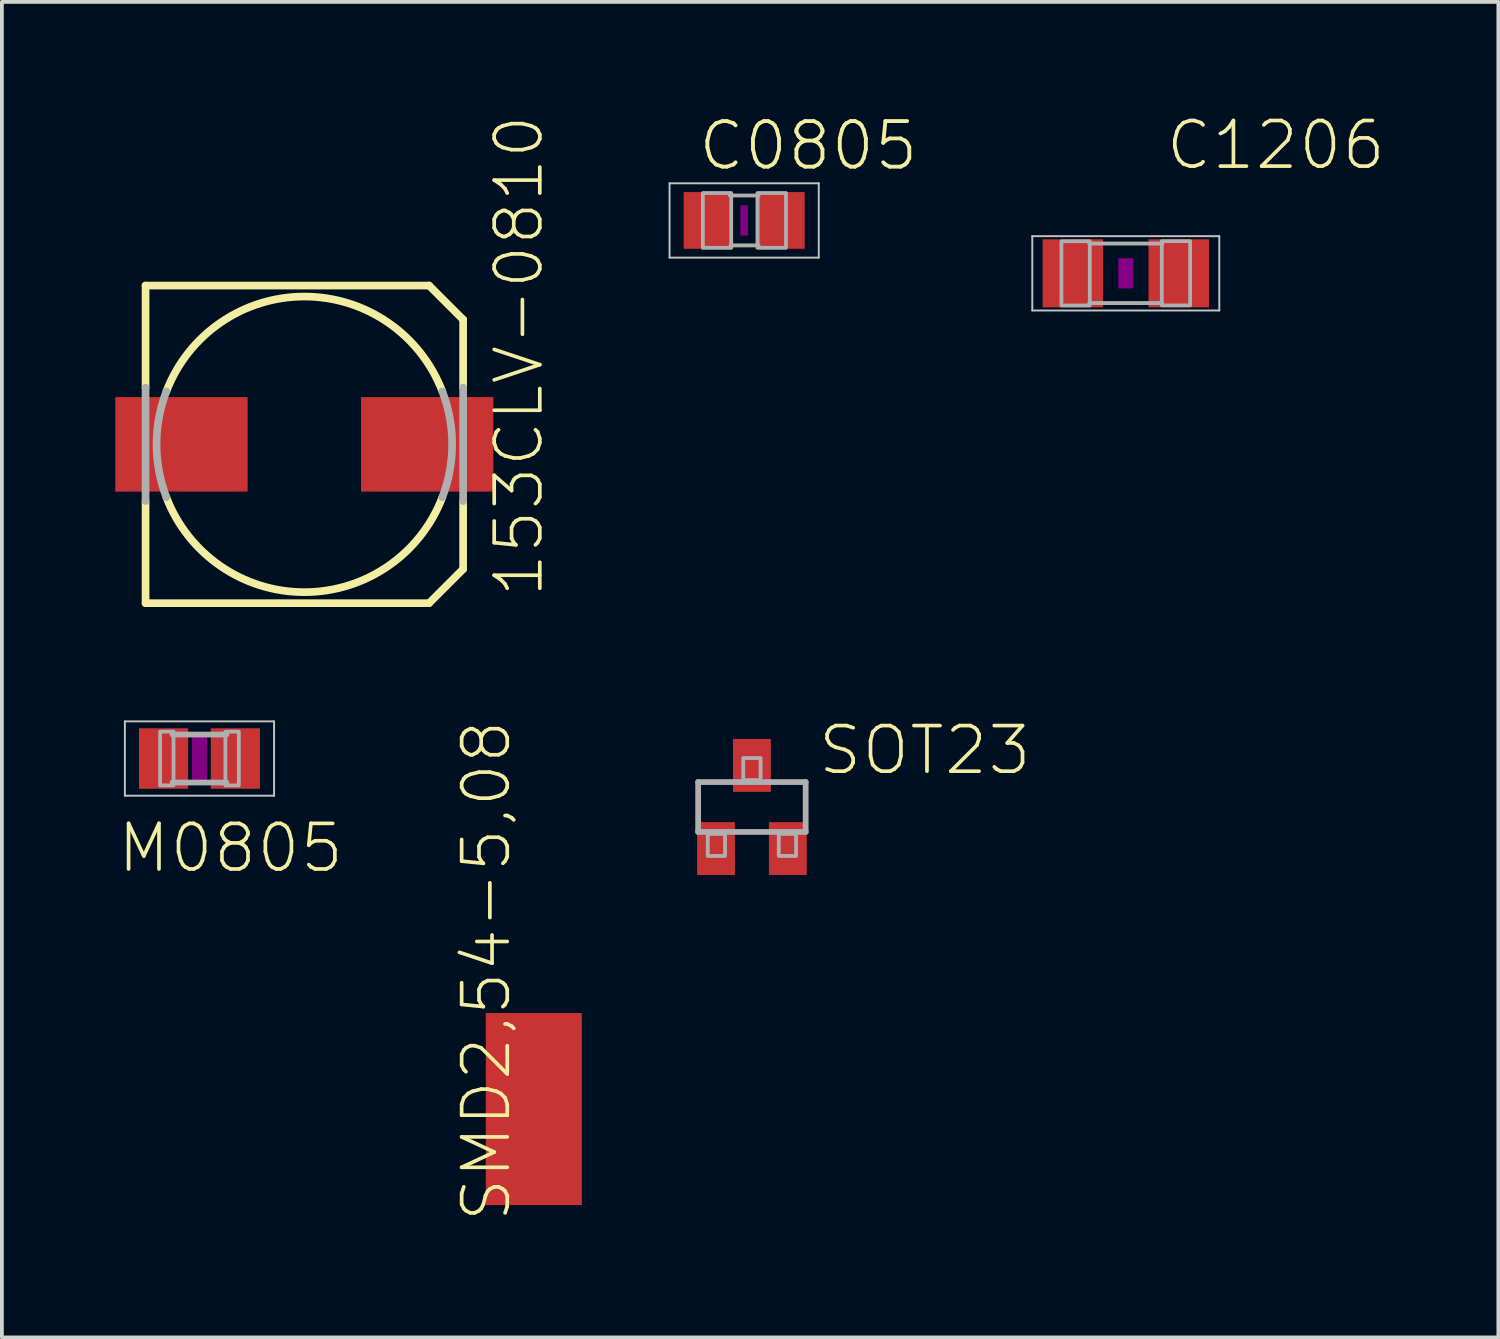
<source format=kicad_pcb>
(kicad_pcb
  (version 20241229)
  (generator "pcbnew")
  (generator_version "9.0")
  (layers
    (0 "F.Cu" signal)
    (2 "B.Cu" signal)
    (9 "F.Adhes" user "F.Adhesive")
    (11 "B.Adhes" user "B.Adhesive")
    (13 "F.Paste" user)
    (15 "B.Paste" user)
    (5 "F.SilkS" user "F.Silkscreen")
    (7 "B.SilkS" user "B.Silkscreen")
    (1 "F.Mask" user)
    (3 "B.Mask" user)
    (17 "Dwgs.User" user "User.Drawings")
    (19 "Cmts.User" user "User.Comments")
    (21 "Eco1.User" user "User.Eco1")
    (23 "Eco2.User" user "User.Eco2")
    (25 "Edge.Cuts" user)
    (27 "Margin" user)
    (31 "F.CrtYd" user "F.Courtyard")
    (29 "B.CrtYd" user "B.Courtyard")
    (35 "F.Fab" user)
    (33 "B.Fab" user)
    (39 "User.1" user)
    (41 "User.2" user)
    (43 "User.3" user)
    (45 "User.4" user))
  (footprint "C0805"
    (layer "F.Cu")
    (at 16.633 2.781)
    (property "Reference" "C0805" (at -1.27 -1.27 0) (layer "F.SilkS") (effects (font (size 1.206 1.206) (thickness 0.102)) (justify left bottom)))
    (attr through_hole)
    (fp_poly (pts (xy -0.1 0.4) (xy 0.1 0.4) (xy 0.1 -0.4) (xy -0.1 -0.4)) (stroke (width 0) (type solid)) (fill yes) (layer "F.Adhes"))
    (fp_line (start -1.973 -0.983) (end 1.973 -0.983) (stroke (width 0.051) (type solid)) (layer "Dwgs.User"))
    (fp_line (start -1.973 0.983) (end -1.973 -0.983) (stroke (width 0.051) (type solid)) (layer "Dwgs.User"))
    (fp_line (start 1.973 -0.983) (end 1.973 0.983) (stroke (width 0.051) (type solid)) (layer "Dwgs.User"))
    (fp_line (start 1.973 0.983) (end -1.973 0.983) (stroke (width 0.051) (type solid)) (layer "Dwgs.User"))
    (fp_line (start -0.381 -0.66) (end 0.381 -0.66) (stroke (width 0.102) (type solid)) (layer "F.Fab"))
    (fp_line (start -0.356 0.66) (end 0.381 0.66) (stroke (width 0.102) (type solid)) (layer "F.Fab"))
    (fp_poly (pts (xy -1.092 0.724) (xy -0.342 0.724) (xy -0.342 -0.726) (xy -1.092 -0.726)) (stroke (width 0.1) (type solid)) (fill no) (layer "F.Fab"))
    (fp_poly (pts (xy 0.356 0.724) (xy 1.106 0.724) (xy 1.106 -0.726) (xy 0.356 -0.726)) (stroke (width 0.1) (type solid)) (fill no) (layer "F.Fab"))
    (pad "1" smd rect (at -0.95 0) (size 1.3 1.5) (layers "F.Cu" "F.Mask" "F.Paste"))
    (pad "2" smd rect (at 0.95 0) (size 1.3 1.5) (layers "F.Cu" "F.Mask" "F.Paste")))
  (footprint "M0805"
    (layer "F.Cu")
    (at 2.226 17.013)
    (property "Reference" "M0805" (at -2.226 3.074 0) (layer "F.SilkS") (effects (font (size 1.206 1.206) (thickness 0.097)) (justify left bottom)))
    (attr through_hole)
    (fp_poly (pts (xy -0.2 0.6) (xy 0.2 0.6) (xy 0.2 -0.6) (xy -0.2 -0.6)) (stroke (width 0) (type solid)) (fill yes) (layer "F.Adhes"))
    (fp_line (start -1.973 -0.983) (end 1.973 -0.983) (stroke (width 0.051) (type solid)) (layer "Dwgs.User"))
    (fp_line (start -1.973 0.983) (end -1.973 -0.983) (stroke (width 0.051) (type solid)) (layer "Dwgs.User"))
    (fp_line (start 1.973 -0.983) (end 1.973 0.983) (stroke (width 0.051) (type solid)) (layer "Dwgs.User"))
    (fp_line (start 1.973 0.983) (end -1.973 0.983) (stroke (width 0.051) (type solid)) (layer "Dwgs.User"))
    (fp_line (start 0.711 -0.635) (end -0.711 -0.635) (stroke (width 0.152) (type solid)) (layer "F.Fab"))
    (fp_line (start 0.711 0.635) (end -0.711 0.635) (stroke (width 0.152) (type solid)) (layer "F.Fab"))
    (fp_poly (pts (xy -1.041 0.711) (xy -0.686 0.711) (xy -0.686 -0.711) (xy -1.041 -0.711)) (stroke (width 0.1) (type solid)) (fill no) (layer "F.Fab"))
    (fp_poly (pts (xy 0.686 0.711) (xy 1.041 0.711) (xy 1.041 -0.711) (xy 0.686 -0.711)) (stroke (width 0.1) (type solid)) (fill no) (layer "F.Fab"))
    (pad "1" smd rect (at -0.95 0) (size 1.3 1.6) (layers "F.Cu" "F.Mask" "F.Paste"))
    (pad "2" smd rect (at 0.95 0) (size 1.3 1.6) (layers "F.Cu" "F.Mask" "F.Paste")))
  (footprint "153CLV-0810"
    (layer "F.Cu")
    (at 5 8.703)
    (property "Reference" "153CLV-0810" (at 6.38 4.1 90) (layer "F.SilkS") (effects (font (size 1.206 1.206) (thickness 0.097)) (justify left bottom)))
    (attr through_hole)
    (fp_line (start -4.2 -4.2) (end 3.3 -4.2) (stroke (width 0.203) (type solid)) (layer "F.SilkS"))
    (fp_line (start -4.2 -1.5) (end -4.2 -4.2) (stroke (width 0.203) (type solid)) (layer "F.SilkS"))
    (fp_line (start -4.2 4.2) (end -4.2 1.5) (stroke (width 0.203) (type solid)) (layer "F.SilkS"))
    (fp_line (start 3.3 -4.2) (end 4.2 -3.3) (stroke (width 0.203) (type solid)) (layer "F.SilkS"))
    (fp_line (start 3.3 4.2) (end -4.2 4.2) (stroke (width 0.203) (type solid)) (layer "F.SilkS"))
    (fp_line (start 4.2 -3.3) (end 4.2 -1.5) (stroke (width 0.203) (type solid)) (layer "F.SilkS"))
    (fp_line (start 4.2 1.5) (end 4.2 3.3) (stroke (width 0.203) (type solid)) (layer "F.SilkS"))
    (fp_line (start 4.2 3.3) (end 3.3 4.2) (stroke (width 0.203) (type solid)) (layer "F.SilkS"))
    (fp_arc (start -3.65 -1.4) (mid 0 -3.909284) (end 3.65 -1.4) (stroke (width 0.2032) (type solid)) (layer "F.SilkS"))
    (fp_arc (start 3.65 1.4) (mid 0 3.909284) (end -3.65 1.4) (stroke (width 0.2032) (type solid)) (layer "F.SilkS"))
    (fp_line (start -4.2 1.5) (end -4.2 -1.5) (stroke (width 0.203) (type solid)) (layer "F.Fab"))
    (fp_line (start 4.2 -1.5) (end 4.2 1.5) (stroke (width 0.203) (type solid)) (layer "F.Fab"))
    (fp_arc (start -3.65 1.4) (mid -3.909284 0) (end -3.65 -1.4) (stroke (width 0.2032) (type solid)) (layer "F.Fab"))
    (fp_arc (start 3.65 -1.4) (mid 3.909284 0) (end 3.65 1.4) (stroke (width 0.2032) (type solid)) (layer "F.Fab"))
    (pad "+" smd rect (at 3.25 0) (size 3.5 2.5) (layers "F.Cu" "F.Mask" "F.Paste"))
    (pad "-" smd rect (at -3.25 0) (size 3.5 2.5) (layers "F.Cu" "F.Mask" "F.Paste")))
  (footprint "SOT23"
    (layer "F.Cu")
    (at 16.838 18.295)
    (property "Reference" "SOT23" (at 1.695 -0.795 0) (layer "F.SilkS") (effects (font (size 1.206 1.206) (thickness 0.097)) (justify left bottom)))
    (attr through_hole)
    (fp_line (start -1.422 -0.66) (end 1.422 -0.66) (stroke (width 0.152) (type solid)) (layer "F.Fab"))
    (fp_line (start -1.422 0.66) (end -1.422 -0.66) (stroke (width 0.152) (type solid)) (layer "F.Fab"))
    (fp_line (start 1.422 -0.66) (end 1.422 0.66) (stroke (width 0.152) (type solid)) (layer "F.Fab"))
    (fp_line (start 1.422 0.66) (end -1.422 0.66) (stroke (width 0.152) (type solid)) (layer "F.Fab"))
    (fp_poly (pts (xy -1.168 1.295) (xy -0.711 1.295) (xy -0.711 0.711) (xy -1.168 0.711)) (stroke (width 0.1) (type solid)) (fill no) (layer "F.Fab"))
    (fp_poly (pts (xy -0.229 -0.711) (xy 0.229 -0.711) (xy 0.229 -1.295) (xy -0.229 -1.295)) (stroke (width 0.1) (type solid)) (fill no) (layer "F.Fab"))
    (fp_poly (pts (xy 0.711 1.295) (xy 1.168 1.295) (xy 1.168 0.711) (xy 0.711 0.711)) (stroke (width 0.1) (type solid)) (fill no) (layer "F.Fab"))
    (pad "1" smd rect (at -0.95 1.1) (size 1 1.4) (layers "F.Cu" "F.Mask" "F.Paste"))
    (pad "2" smd rect (at 0.95 1.1) (size 1 1.4) (layers "F.Cu" "F.Mask" "F.Paste"))
    (pad "3" smd rect (at 0 -1.1) (size 1 1.4) (layers "F.Cu" "F.Mask" "F.Paste")))
  (footprint "C1206"
    (layer "F.Cu")
    (at 26.727 4.179)
    (property "Reference" "C1206" (at 1.003 -2.683 180) (layer "F.SilkS") (effects (font (size 1.206 1.206) (thickness 0.097)) (justify left bottom)))
    (attr through_hole)
    (fp_poly (pts (xy -0.2 0.4) (xy 0.2 0.4) (xy 0.2 -0.4) (xy -0.2 -0.4)) (stroke (width 0) (type solid)) (fill yes) (layer "F.Adhes"))
    (fp_line (start -2.473 -0.983) (end 2.473 -0.983) (stroke (width 0.051) (type solid)) (layer "Dwgs.User"))
    (fp_line (start -2.473 0.983) (end -2.473 -0.983) (stroke (width 0.051) (type solid)) (layer "Dwgs.User"))
    (fp_line (start 2.473 -0.983) (end 2.473 0.983) (stroke (width 0.051) (type solid)) (layer "Dwgs.User"))
    (fp_line (start 2.473 0.983) (end -2.473 0.983) (stroke (width 0.051) (type solid)) (layer "Dwgs.User"))
    (fp_line (start -0.965 -0.787) (end 0.965 -0.787) (stroke (width 0.102) (type solid)) (layer "F.Fab"))
    (fp_line (start -0.965 0.787) (end 0.965 0.787) (stroke (width 0.102) (type solid)) (layer "F.Fab"))
    (fp_poly (pts (xy -1.702 0.851) (xy -0.952 0.851) (xy -0.952 -0.849) (xy -1.702 -0.849)) (stroke (width 0.1) (type solid)) (fill no) (layer "F.Fab"))
    (fp_poly (pts (xy 0.952 0.849) (xy 1.702 0.849) (xy 1.702 -0.851) (xy 0.952 -0.851)) (stroke (width 0.1) (type solid)) (fill no) (layer "F.Fab"))
    (pad "1" smd rect (at -1.4 0) (size 1.6 1.8) (layers "F.Cu" "F.Mask" "F.Paste"))
    (pad "2" smd rect (at 1.4 0) (size 1.6 1.8) (layers "F.Cu" "F.Mask" "F.Paste")))
  (footprint "SMD2,54-5,08"
    (layer "F.Cu")
    (at 11.069 26.284)
    (property "Reference" "SMD2,54-5,08" (at -0.55 3.04 270) (layer "F.SilkS") (effects (font (size 1.206 1.206) (thickness 0.097)) (justify left bottom)))
    (attr through_hole)
    (pad "1" smd rect (at 0 0) (size 2.54 5.08) (layers "F.Cu" "F.Mask" "F.Paste")))
  (gr_rect
    (start -3 -3)
    (end 36.581 32.324)
    (stroke (width 0.1) (type default))
    (fill no)
    (layer "Edge.Cuts")))
</source>
